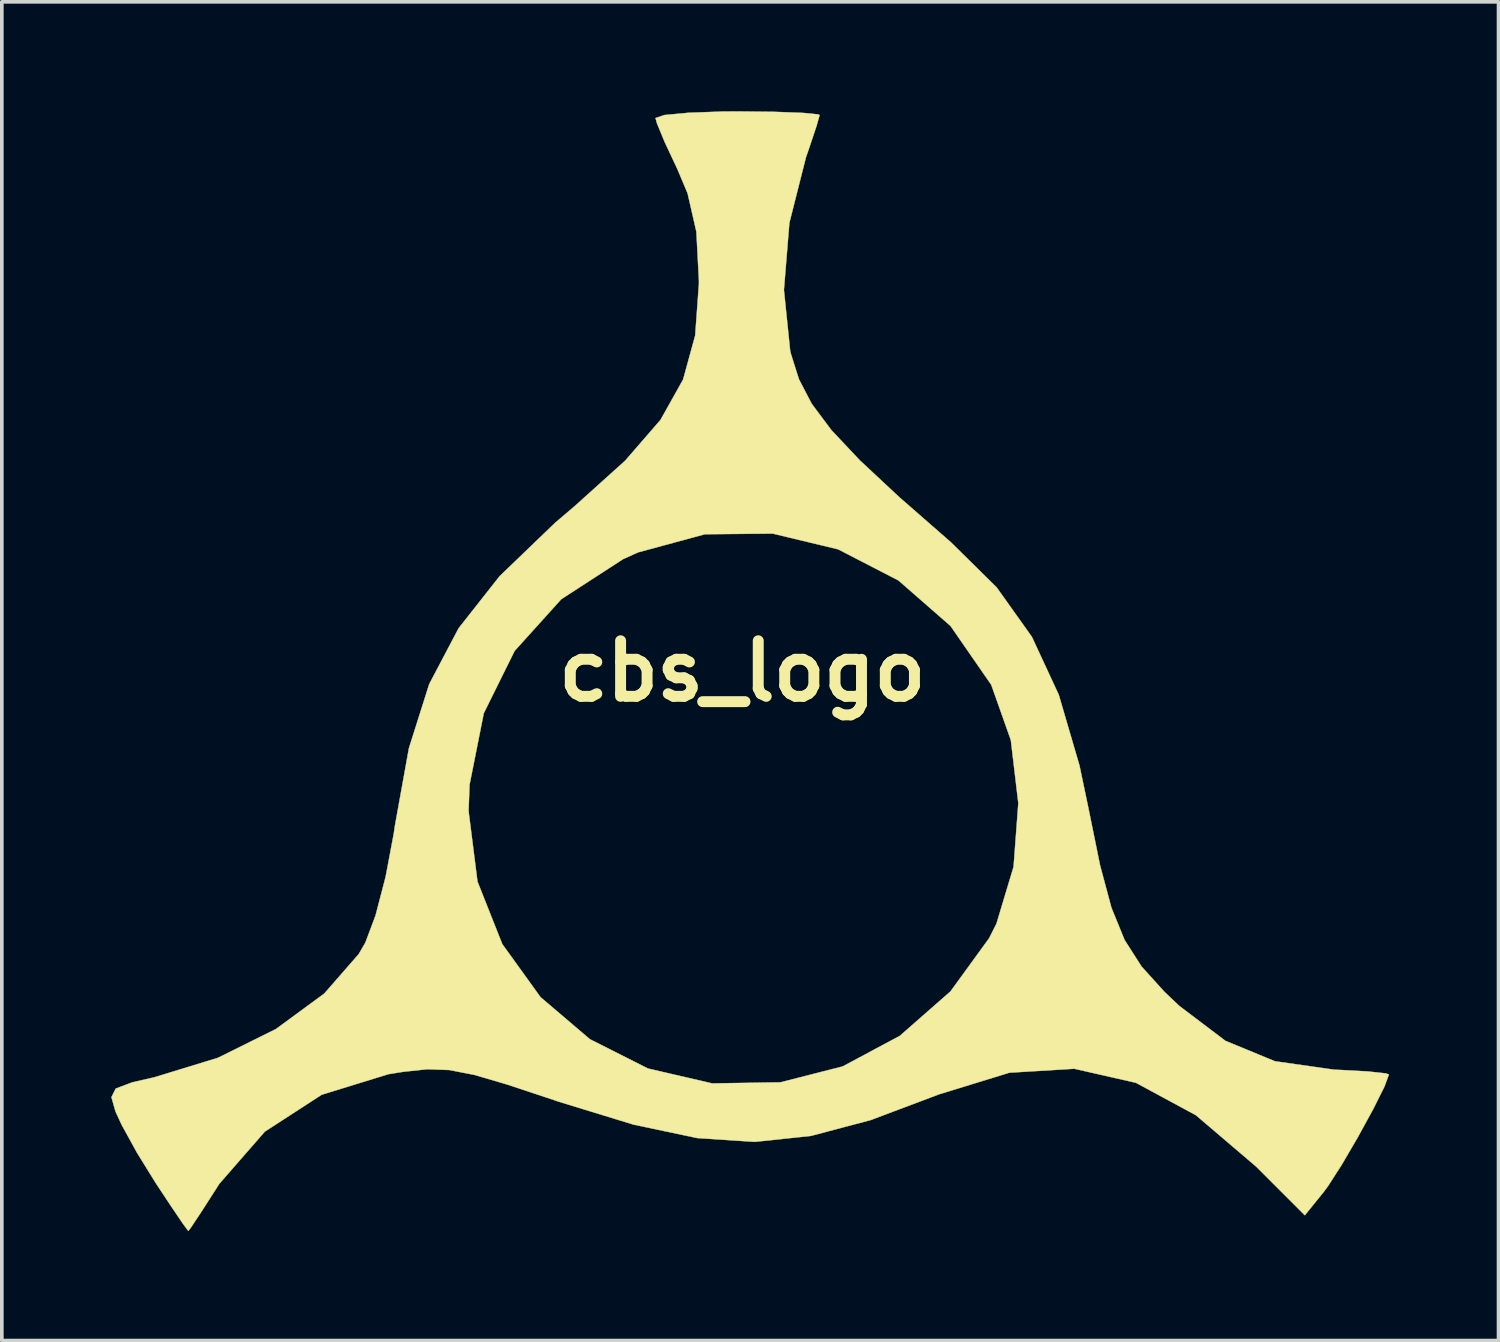
<source format=kicad_pcb>
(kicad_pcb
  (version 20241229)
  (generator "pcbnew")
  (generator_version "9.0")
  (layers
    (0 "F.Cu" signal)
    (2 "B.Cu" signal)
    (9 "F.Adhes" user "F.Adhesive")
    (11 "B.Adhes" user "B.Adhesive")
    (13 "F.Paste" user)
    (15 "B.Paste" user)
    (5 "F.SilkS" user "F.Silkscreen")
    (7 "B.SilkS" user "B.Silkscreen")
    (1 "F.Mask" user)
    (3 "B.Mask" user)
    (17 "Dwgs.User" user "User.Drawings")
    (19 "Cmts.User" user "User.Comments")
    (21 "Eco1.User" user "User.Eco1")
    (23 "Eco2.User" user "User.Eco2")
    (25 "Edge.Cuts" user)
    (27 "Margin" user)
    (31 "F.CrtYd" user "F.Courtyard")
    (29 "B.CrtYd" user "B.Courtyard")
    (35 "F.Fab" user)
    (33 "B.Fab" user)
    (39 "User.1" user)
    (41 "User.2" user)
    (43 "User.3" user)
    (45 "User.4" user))
  (footprint "cbs_logo"
    (layer "F.Cu")
    (at 17.302 15.351)
    (property "Reference" "cbs_logo" (at 0 0 0) (layer "F.SilkS") (effects (font (size 1.524 1.524) (thickness 0.3))))
    (attr through_hole)
    (fp_poly (pts (xy 0.884 -15.335) (xy 1.661 -15.306) (xy 2.078 -15.265) (xy 2.117 -15.247) (xy 2.037 -14.959) (xy 1.836 -14.356) (xy 1.743 -14.088) (xy 1.289 -12.293) (xy 1.139 -10.453) (xy 1.31 -8.788) (xy 1.329 -8.705) (xy 1.55 -8.006) (xy 1.901 -7.331) (xy 2.439 -6.611) (xy 3.224 -5.777) (xy 4.315 -4.76) (xy 5.718 -3.534) (xy 6.972 -2.297) (xy 7.937 -0.942) (xy 8.674 0.646) (xy 9.241 2.582) (xy 9.486 3.75) (xy 9.805 5.317) (xy 10.117 6.482) (xy 10.478 7.367) (xy 10.943 8.095) (xy 11.57 8.789) (xy 11.974 9.173) (xy 13.244 10.134) (xy 14.602 10.694) (xy 16.229 10.925) (xy 16.394 10.932) (xy 17.151 10.973) (xy 17.634 11.025) (xy 17.725 11.055) (xy 17.604 11.386) (xy 17.291 12.012) (xy 16.871 12.779) (xy 16.431 13.532) (xy 16.056 14.116) (xy 15.94 14.273) (xy 15.42 14.916) (xy 14.082 13.578) (xy 12.434 12.173) (xy 10.79 11.284) (xy 9.101 10.899) (xy 7.32 11.007) (xy 5.397 11.598) (xy 5.394 11.599) (xy 3.516 12.306) (xy 1.877 12.74) (xy 0.339 12.903) (xy -1.236 12.799) (xy -2.988 12.429) (xy -5.055 11.795) (xy -5.159 11.759) (xy -6.434 11.335) (xy -7.347 11.067) (xy -8.037 10.933) (xy -8.64 10.912) (xy -9.295 10.982) (xy -9.71 11.049) (xy -11.533 11.611) (xy -13.092 12.622) (xy -14.337 14.049) (xy -14.413 14.168) (xy -14.835 14.826) (xy -15.119 15.254) (xy -15.19 15.346) (xy -15.339 15.144) (xy -15.693 14.621) (xy -16.079 14.037) (xy -16.597 13.2) (xy -17.016 12.438) (xy -17.185 12.072) (xy -17.297 11.678) (xy -17.18 11.443) (xy -16.727 11.272) (xy -16.117 11.132) (xy -14.377 10.599) (xy -12.786 9.809) (xy -11.462 8.837) (xy -10.518 7.756) (xy -10.336 7.441) (xy -10.057 6.698) (xy -9.78 5.635) (xy -9.558 4.459) (xy -9.525 4.234) (xy -9.453 3.836) (xy -7.506 3.836) (xy -7.262 5.766) (xy -6.582 7.481) (xy -5.533 8.937) (xy -4.18 10.089) (xy -2.589 10.892) (xy -0.826 11.301) (xy 1.043 11.271) (xy 2.748 10.836) (xy 4.315 9.998) (xy 5.705 8.779) (xy 6.763 7.323) (xy 6.966 6.921) (xy 7.435 5.362) (xy 7.565 3.618) (xy 7.36 1.889) (xy 6.824 0.375) (xy 6.823 0.373) (xy 5.707 -1.24) (xy 4.28 -2.487) (xy 2.627 -3.341) (xy 0.83 -3.773) (xy -1.027 -3.755) (xy -2.86 -3.258) (xy -3.273 -3.071) (xy -4.965 -1.974) (xy -6.244 -0.556) (xy -7.089 1.151) (xy -7.48 3.114) (xy -7.506 3.836) (xy -9.453 3.836) (xy -9.142 2.113) (xy -8.585 0.353) (xy -7.78 -1.176) (xy -6.655 -2.605) (xy -5.136 -4.066) (xy -4.595 -4.527) (xy -3.214 -5.771) (xy -2.244 -6.89) (xy -1.625 -7.996) (xy -1.294 -9.202) (xy -1.191 -10.619) (xy -1.191 -10.716) (xy -1.261 -12.048) (xy -1.501 -13.099) (xy -1.786 -13.776) (xy -2.127 -14.501) (xy -2.342 -15.022) (xy -2.381 -15.165) (xy -2.137 -15.247) (xy -1.485 -15.309) (xy -0.547 -15.343) (xy -0.132 -15.346) (xy 0.884 -15.335)) (stroke (width 0.01) (type solid)) (fill yes) (layer "F.SilkS")))
  (gr_rect
    (start -3 -3)
    (end 38.032 33.702)
    (stroke (width 0.1) (type default))
    (fill no)
    (layer "Edge.Cuts")))
</source>
